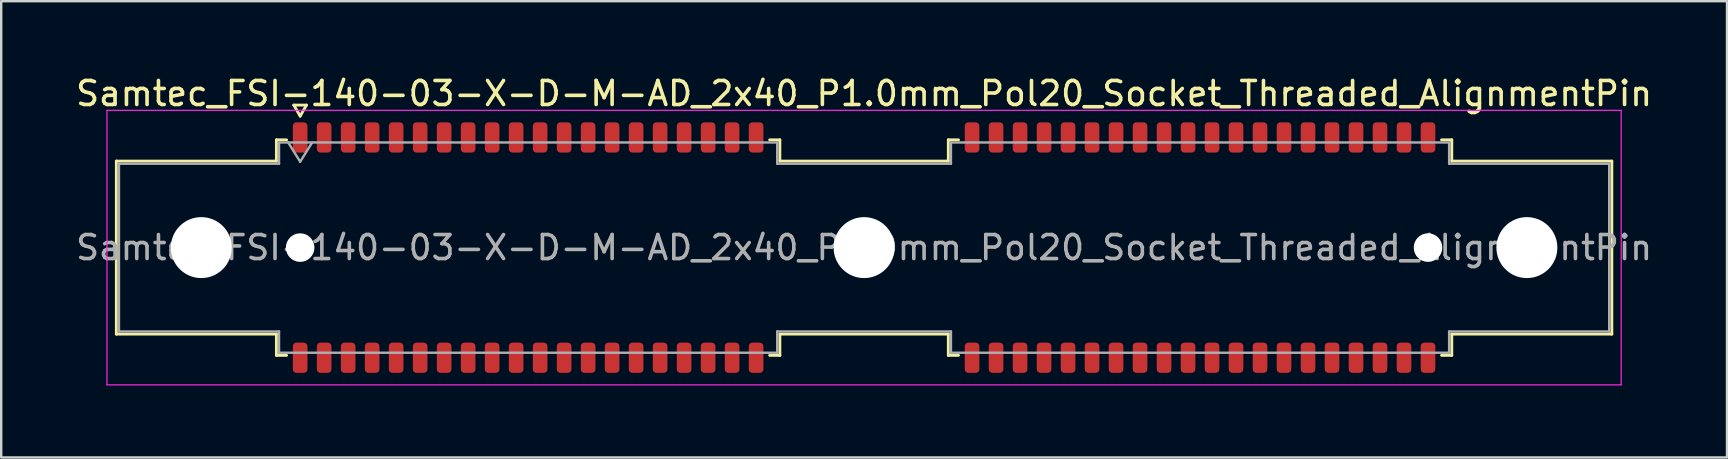
<source format=kicad_pcb>
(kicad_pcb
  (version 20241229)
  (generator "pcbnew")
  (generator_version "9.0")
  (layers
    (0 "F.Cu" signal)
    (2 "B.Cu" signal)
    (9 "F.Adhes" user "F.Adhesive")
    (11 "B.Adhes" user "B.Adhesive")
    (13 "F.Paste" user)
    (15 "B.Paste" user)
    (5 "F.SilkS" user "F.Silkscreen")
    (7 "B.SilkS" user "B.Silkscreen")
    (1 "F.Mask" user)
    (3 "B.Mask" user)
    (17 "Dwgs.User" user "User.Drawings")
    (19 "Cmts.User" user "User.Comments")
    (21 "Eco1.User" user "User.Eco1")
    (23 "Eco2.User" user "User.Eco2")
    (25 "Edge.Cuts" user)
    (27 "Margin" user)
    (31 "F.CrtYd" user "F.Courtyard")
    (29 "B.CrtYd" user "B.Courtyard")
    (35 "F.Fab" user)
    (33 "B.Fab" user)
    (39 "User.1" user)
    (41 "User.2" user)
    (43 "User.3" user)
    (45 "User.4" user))
  (footprint "Samtec_FSI-140-03-X-D-M-AD_2x40_P1.0mm_Pol20_Socket_Threaded_AlignmentPin"
    (layer "F.Cu")
    (at 32.958 7.268)
    (property "Reference" "Samtec_FSI-140-03-X-D-M-AD_2x40_P1.0mm_Pol20_Socket_Threaded_AlignmentPin" (at 0 -6.42 0) (layer "F.SilkS") (effects (font (size 1 1) (thickness 0.15))))
    (attr smd)
    (fp_line (start -31.16 -3.605) (end -24.49 -3.605) (stroke (width 0.12) (type solid)) (layer "F.SilkS"))
    (fp_line (start -31.16 3.605) (end -31.16 -3.605) (stroke (width 0.12) (type solid)) (layer "F.SilkS"))
    (fp_line (start -24.49 -4.49) (end -24.065 -4.49) (stroke (width 0.12) (type solid)) (layer "F.SilkS"))
    (fp_line (start -24.49 -3.605) (end -24.49 -4.49) (stroke (width 0.12) (type solid)) (layer "F.SilkS"))
    (fp_line (start -24.49 3.605) (end -31.16 3.605) (stroke (width 0.12) (type solid)) (layer "F.SilkS"))
    (fp_line (start -24.49 4.49) (end -24.49 3.605) (stroke (width 0.12) (type solid)) (layer "F.SilkS"))
    (fp_line (start -24.065 4.49) (end -24.49 4.49) (stroke (width 0.12) (type solid)) (layer "F.SilkS"))
    (fp_line (start -23.764 -5.938) (end -23.5 -5.48) (stroke (width 0.12) (type solid)) (layer "F.SilkS"))
    (fp_line (start -23.5 -5.48) (end -23.236 -5.938) (stroke (width 0.12) (type solid)) (layer "F.SilkS"))
    (fp_line (start -23.236 -5.938) (end -23.764 -5.938) (stroke (width 0.12) (type solid)) (layer "F.SilkS"))
    (fp_line (start -3.935 -4.49) (end -3.51 -4.49) (stroke (width 0.12) (type solid)) (layer "F.SilkS"))
    (fp_line (start -3.51 -4.49) (end -3.51 -3.605) (stroke (width 0.12) (type solid)) (layer "F.SilkS"))
    (fp_line (start -3.51 -3.605) (end 3.51 -3.605) (stroke (width 0.12) (type solid)) (layer "F.SilkS"))
    (fp_line (start -3.51 3.605) (end -3.51 4.49) (stroke (width 0.12) (type solid)) (layer "F.SilkS"))
    (fp_line (start -3.51 4.49) (end -3.935 4.49) (stroke (width 0.12) (type solid)) (layer "F.SilkS"))
    (fp_line (start 3.51 -4.49) (end 3.935 -4.49) (stroke (width 0.12) (type solid)) (layer "F.SilkS"))
    (fp_line (start 3.51 -3.605) (end 3.51 -4.49) (stroke (width 0.12) (type solid)) (layer "F.SilkS"))
    (fp_line (start 3.51 3.605) (end -3.51 3.605) (stroke (width 0.12) (type solid)) (layer "F.SilkS"))
    (fp_line (start 3.51 4.49) (end 3.51 3.605) (stroke (width 0.12) (type solid)) (layer "F.SilkS"))
    (fp_line (start 3.935 4.49) (end 3.51 4.49) (stroke (width 0.12) (type solid)) (layer "F.SilkS"))
    (fp_line (start 24.065 -4.49) (end 24.49 -4.49) (stroke (width 0.12) (type solid)) (layer "F.SilkS"))
    (fp_line (start 24.49 -4.49) (end 24.49 -3.605) (stroke (width 0.12) (type solid)) (layer "F.SilkS"))
    (fp_line (start 24.49 -3.605) (end 31.16 -3.605) (stroke (width 0.12) (type solid)) (layer "F.SilkS"))
    (fp_line (start 24.49 3.605) (end 24.49 4.49) (stroke (width 0.12) (type solid)) (layer "F.SilkS"))
    (fp_line (start 24.49 4.49) (end 24.065 4.49) (stroke (width 0.12) (type solid)) (layer "F.SilkS"))
    (fp_line (start 31.16 -3.605) (end 31.16 3.605) (stroke (width 0.12) (type solid)) (layer "F.SilkS"))
    (fp_line (start 31.16 3.605) (end 24.49 3.605) (stroke (width 0.12) (type solid)) (layer "F.SilkS"))
    (fp_line (start -31.55 -5.72) (end -31.55 5.72) (stroke (width 0.05) (type solid)) (layer "F.CrtYd"))
    (fp_line (start -31.55 5.72) (end 31.55 5.72) (stroke (width 0.05) (type solid)) (layer "F.CrtYd"))
    (fp_line (start 31.55 -5.72) (end -31.55 -5.72) (stroke (width 0.05) (type solid)) (layer "F.CrtYd"))
    (fp_line (start 31.55 5.72) (end 31.55 -5.72) (stroke (width 0.05) (type solid)) (layer "F.CrtYd"))
    (fp_line (start -31.05 -3.495) (end -24.38 -3.495) (stroke (width 0.1) (type solid)) (layer "F.Fab"))
    (fp_line (start -31.05 3.495) (end -31.05 -3.495) (stroke (width 0.1) (type solid)) (layer "F.Fab"))
    (fp_line (start -24.38 -4.38) (end -3.62 -4.38) (stroke (width 0.1) (type solid)) (layer "F.Fab"))
    (fp_line (start -24.38 -3.495) (end -24.38 -4.38) (stroke (width 0.1) (type solid)) (layer "F.Fab"))
    (fp_line (start -24.38 3.495) (end -31.05 3.495) (stroke (width 0.1) (type solid)) (layer "F.Fab"))
    (fp_line (start -24.38 4.38) (end -24.38 3.495) (stroke (width 0.1) (type solid)) (layer "F.Fab"))
    (fp_line (start -24 -4.38) (end -23.5 -3.58) (stroke (width 0.1) (type solid)) (layer "F.Fab"))
    (fp_line (start -23.5 -3.58) (end -23 -4.38) (stroke (width 0.1) (type solid)) (layer "F.Fab"))
    (fp_line (start -3.62 -4.38) (end -3.62 -3.495) (stroke (width 0.1) (type solid)) (layer "F.Fab"))
    (fp_line (start -3.62 -3.495) (end 3.62 -3.495) (stroke (width 0.1) (type solid)) (layer "F.Fab"))
    (fp_line (start -3.62 3.495) (end -3.62 4.38) (stroke (width 0.1) (type solid)) (layer "F.Fab"))
    (fp_line (start -3.62 4.38) (end -24.38 4.38) (stroke (width 0.1) (type solid)) (layer "F.Fab"))
    (fp_line (start 3.62 -4.38) (end 24.38 -4.38) (stroke (width 0.1) (type solid)) (layer "F.Fab"))
    (fp_line (start 3.62 -3.495) (end 3.62 -4.38) (stroke (width 0.1) (type solid)) (layer "F.Fab"))
    (fp_line (start 3.62 3.495) (end -3.62 3.495) (stroke (width 0.1) (type solid)) (layer "F.Fab"))
    (fp_line (start 3.62 4.38) (end 3.62 3.495) (stroke (width 0.1) (type solid)) (layer "F.Fab"))
    (fp_line (start 24.38 -4.38) (end 24.38 -3.495) (stroke (width 0.1) (type solid)) (layer "F.Fab"))
    (fp_line (start 24.38 -3.495) (end 31.05 -3.495) (stroke (width 0.1) (type solid)) (layer "F.Fab"))
    (fp_line (start 24.38 3.495) (end 24.38 4.38) (stroke (width 0.1) (type solid)) (layer "F.Fab"))
    (fp_line (start 24.38 4.38) (end 3.62 4.38) (stroke (width 0.1) (type solid)) (layer "F.Fab"))
    (fp_line (start 31.05 -3.495) (end 31.05 3.495) (stroke (width 0.1) (type solid)) (layer "F.Fab"))
    (fp_line (start 31.05 3.495) (end 24.38 3.495) (stroke (width 0.1) (type solid)) (layer "F.Fab"))
    (fp_text user "${REFERENCE}" (at 0 0 0) (layer "F.Fab") (effects (font (size 1 1) (thickness 0.15))))
    (pad "" np_thru_hole circle (at -27.62 0) (size 2.54 2.54) (drill 2.54) (layers "*.Cu" "*.Mask"))
    (pad "" np_thru_hole circle (at -23.5 0) (size 1.19 1.19) (drill 1.19) (layers "*.Cu" "*.Mask"))
    (pad "" np_thru_hole circle (at 0 0) (size 2.54 2.54) (drill 2.54) (layers "*.Cu" "*.Mask"))
    (pad "" np_thru_hole circle (at 23.5 0) (size 1.19 1.19) (drill 1.19) (layers "*.Cu" "*.Mask"))
    (pad "" np_thru_hole circle (at 27.62 0) (size 2.54 2.54) (drill 2.54) (layers "*.Cu" "*.Mask"))
    (pad "1" smd roundrect (at -23.5 -4.59) (size 0.61 1.26) (layers "F.Cu" "F.Mask" "F.Paste") (roundrect_rratio 0.25))
    (pad "2" smd roundrect (at -23.5 4.59) (size 0.61 1.26) (layers "F.Cu" "F.Mask" "F.Paste") (roundrect_rratio 0.25))
    (pad "3" smd roundrect (at -22.5 -4.59) (size 0.61 1.26) (layers "F.Cu" "F.Mask" "F.Paste") (roundrect_rratio 0.25))
    (pad "4" smd roundrect (at -22.5 4.59) (size 0.61 1.26) (layers "F.Cu" "F.Mask" "F.Paste") (roundrect_rratio 0.25))
    (pad "5" smd roundrect (at -21.5 -4.59) (size 0.61 1.26) (layers "F.Cu" "F.Mask" "F.Paste") (roundrect_rratio 0.25))
    (pad "6" smd roundrect (at -21.5 4.59) (size 0.61 1.26) (layers "F.Cu" "F.Mask" "F.Paste") (roundrect_rratio 0.25))
    (pad "7" smd roundrect (at -20.5 -4.59) (size 0.61 1.26) (layers "F.Cu" "F.Mask" "F.Paste") (roundrect_rratio 0.25))
    (pad "8" smd roundrect (at -20.5 4.59) (size 0.61 1.26) (layers "F.Cu" "F.Mask" "F.Paste") (roundrect_rratio 0.25))
    (pad "9" smd roundrect (at -19.5 -4.59) (size 0.61 1.26) (layers "F.Cu" "F.Mask" "F.Paste") (roundrect_rratio 0.25))
    (pad "10" smd roundrect (at -19.5 4.59) (size 0.61 1.26) (layers "F.Cu" "F.Mask" "F.Paste") (roundrect_rratio 0.25))
    (pad "11" smd roundrect (at -18.5 -4.59) (size 0.61 1.26) (layers "F.Cu" "F.Mask" "F.Paste") (roundrect_rratio 0.25))
    (pad "12" smd roundrect (at -18.5 4.59) (size 0.61 1.26) (layers "F.Cu" "F.Mask" "F.Paste") (roundrect_rratio 0.25))
    (pad "13" smd roundrect (at -17.5 -4.59) (size 0.61 1.26) (layers "F.Cu" "F.Mask" "F.Paste") (roundrect_rratio 0.25))
    (pad "14" smd roundrect (at -17.5 4.59) (size 0.61 1.26) (layers "F.Cu" "F.Mask" "F.Paste") (roundrect_rratio 0.25))
    (pad "15" smd roundrect (at -16.5 -4.59) (size 0.61 1.26) (layers "F.Cu" "F.Mask" "F.Paste") (roundrect_rratio 0.25))
    (pad "16" smd roundrect (at -16.5 4.59) (size 0.61 1.26) (layers "F.Cu" "F.Mask" "F.Paste") (roundrect_rratio 0.25))
    (pad "17" smd roundrect (at -15.5 -4.59) (size 0.61 1.26) (layers "F.Cu" "F.Mask" "F.Paste") (roundrect_rratio 0.25))
    (pad "18" smd roundrect (at -15.5 4.59) (size 0.61 1.26) (layers "F.Cu" "F.Mask" "F.Paste") (roundrect_rratio 0.25))
    (pad "19" smd roundrect (at -14.5 -4.59) (size 0.61 1.26) (layers "F.Cu" "F.Mask" "F.Paste") (roundrect_rratio 0.25))
    (pad "20" smd roundrect (at -14.5 4.59) (size 0.61 1.26) (layers "F.Cu" "F.Mask" "F.Paste") (roundrect_rratio 0.25))
    (pad "21" smd roundrect (at -13.5 -4.59) (size 0.61 1.26) (layers "F.Cu" "F.Mask" "F.Paste") (roundrect_rratio 0.25))
    (pad "22" smd roundrect (at -13.5 4.59) (size 0.61 1.26) (layers "F.Cu" "F.Mask" "F.Paste") (roundrect_rratio 0.25))
    (pad "23" smd roundrect (at -12.5 -4.59) (size 0.61 1.26) (layers "F.Cu" "F.Mask" "F.Paste") (roundrect_rratio 0.25))
    (pad "24" smd roundrect (at -12.5 4.59) (size 0.61 1.26) (layers "F.Cu" "F.Mask" "F.Paste") (roundrect_rratio 0.25))
    (pad "25" smd roundrect (at -11.5 -4.59) (size 0.61 1.26) (layers "F.Cu" "F.Mask" "F.Paste") (roundrect_rratio 0.25))
    (pad "26" smd roundrect (at -11.5 4.59) (size 0.61 1.26) (layers "F.Cu" "F.Mask" "F.Paste") (roundrect_rratio 0.25))
    (pad "27" smd roundrect (at -10.5 -4.59) (size 0.61 1.26) (layers "F.Cu" "F.Mask" "F.Paste") (roundrect_rratio 0.25))
    (pad "28" smd roundrect (at -10.5 4.59) (size 0.61 1.26) (layers "F.Cu" "F.Mask" "F.Paste") (roundrect_rratio 0.25))
    (pad "29" smd roundrect (at -9.5 -4.59) (size 0.61 1.26) (layers "F.Cu" "F.Mask" "F.Paste") (roundrect_rratio 0.25))
    (pad "30" smd roundrect (at -9.5 4.59) (size 0.61 1.26) (layers "F.Cu" "F.Mask" "F.Paste") (roundrect_rratio 0.25))
    (pad "31" smd roundrect (at -8.5 -4.59) (size 0.61 1.26) (layers "F.Cu" "F.Mask" "F.Paste") (roundrect_rratio 0.25))
    (pad "32" smd roundrect (at -8.5 4.59) (size 0.61 1.26) (layers "F.Cu" "F.Mask" "F.Paste") (roundrect_rratio 0.25))
    (pad "33" smd roundrect (at -7.5 -4.59) (size 0.61 1.26) (layers "F.Cu" "F.Mask" "F.Paste") (roundrect_rratio 0.25))
    (pad "34" smd roundrect (at -7.5 4.59) (size 0.61 1.26) (layers "F.Cu" "F.Mask" "F.Paste") (roundrect_rratio 0.25))
    (pad "35" smd roundrect (at -6.5 -4.59) (size 0.61 1.26) (layers "F.Cu" "F.Mask" "F.Paste") (roundrect_rratio 0.25))
    (pad "36" smd roundrect (at -6.5 4.59) (size 0.61 1.26) (layers "F.Cu" "F.Mask" "F.Paste") (roundrect_rratio 0.25))
    (pad "37" smd roundrect (at -5.5 -4.59) (size 0.61 1.26) (layers "F.Cu" "F.Mask" "F.Paste") (roundrect_rratio 0.25))
    (pad "38" smd roundrect (at -5.5 4.59) (size 0.61 1.26) (layers "F.Cu" "F.Mask" "F.Paste") (roundrect_rratio 0.25))
    (pad "39" smd roundrect (at -4.5 -4.59) (size 0.61 1.26) (layers "F.Cu" "F.Mask" "F.Paste") (roundrect_rratio 0.25))
    (pad "40" smd roundrect (at -4.5 4.59) (size 0.61 1.26) (layers "F.Cu" "F.Mask" "F.Paste") (roundrect_rratio 0.25))
    (pad "41" smd roundrect (at 4.5 -4.59) (size 0.61 1.26) (layers "F.Cu" "F.Mask" "F.Paste") (roundrect_rratio 0.25))
    (pad "42" smd roundrect (at 4.5 4.59) (size 0.61 1.26) (layers "F.Cu" "F.Mask" "F.Paste") (roundrect_rratio 0.25))
    (pad "43" smd roundrect (at 5.5 -4.59) (size 0.61 1.26) (layers "F.Cu" "F.Mask" "F.Paste") (roundrect_rratio 0.25))
    (pad "44" smd roundrect (at 5.5 4.59) (size 0.61 1.26) (layers "F.Cu" "F.Mask" "F.Paste") (roundrect_rratio 0.25))
    (pad "45" smd roundrect (at 6.5 -4.59) (size 0.61 1.26) (layers "F.Cu" "F.Mask" "F.Paste") (roundrect_rratio 0.25))
    (pad "46" smd roundrect (at 6.5 4.59) (size 0.61 1.26) (layers "F.Cu" "F.Mask" "F.Paste") (roundrect_rratio 0.25))
    (pad "47" smd roundrect (at 7.5 -4.59) (size 0.61 1.26) (layers "F.Cu" "F.Mask" "F.Paste") (roundrect_rratio 0.25))
    (pad "48" smd roundrect (at 7.5 4.59) (size 0.61 1.26) (layers "F.Cu" "F.Mask" "F.Paste") (roundrect_rratio 0.25))
    (pad "49" smd roundrect (at 8.5 -4.59) (size 0.61 1.26) (layers "F.Cu" "F.Mask" "F.Paste") (roundrect_rratio 0.25))
    (pad "50" smd roundrect (at 8.5 4.59) (size 0.61 1.26) (layers "F.Cu" "F.Mask" "F.Paste") (roundrect_rratio 0.25))
    (pad "51" smd roundrect (at 9.5 -4.59) (size 0.61 1.26) (layers "F.Cu" "F.Mask" "F.Paste") (roundrect_rratio 0.25))
    (pad "52" smd roundrect (at 9.5 4.59) (size 0.61 1.26) (layers "F.Cu" "F.Mask" "F.Paste") (roundrect_rratio 0.25))
    (pad "53" smd roundrect (at 10.5 -4.59) (size 0.61 1.26) (layers "F.Cu" "F.Mask" "F.Paste") (roundrect_rratio 0.25))
    (pad "54" smd roundrect (at 10.5 4.59) (size 0.61 1.26) (layers "F.Cu" "F.Mask" "F.Paste") (roundrect_rratio 0.25))
    (pad "55" smd roundrect (at 11.5 -4.59) (size 0.61 1.26) (layers "F.Cu" "F.Mask" "F.Paste") (roundrect_rratio 0.25))
    (pad "56" smd roundrect (at 11.5 4.59) (size 0.61 1.26) (layers "F.Cu" "F.Mask" "F.Paste") (roundrect_rratio 0.25))
    (pad "57" smd roundrect (at 12.5 -4.59) (size 0.61 1.26) (layers "F.Cu" "F.Mask" "F.Paste") (roundrect_rratio 0.25))
    (pad "58" smd roundrect (at 12.5 4.59) (size 0.61 1.26) (layers "F.Cu" "F.Mask" "F.Paste") (roundrect_rratio 0.25))
    (pad "59" smd roundrect (at 13.5 -4.59) (size 0.61 1.26) (layers "F.Cu" "F.Mask" "F.Paste") (roundrect_rratio 0.25))
    (pad "60" smd roundrect (at 13.5 4.59) (size 0.61 1.26) (layers "F.Cu" "F.Mask" "F.Paste") (roundrect_rratio 0.25))
    (pad "61" smd roundrect (at 14.5 -4.59) (size 0.61 1.26) (layers "F.Cu" "F.Mask" "F.Paste") (roundrect_rratio 0.25))
    (pad "62" smd roundrect (at 14.5 4.59) (size 0.61 1.26) (layers "F.Cu" "F.Mask" "F.Paste") (roundrect_rratio 0.25))
    (pad "63" smd roundrect (at 15.5 -4.59) (size 0.61 1.26) (layers "F.Cu" "F.Mask" "F.Paste") (roundrect_rratio 0.25))
    (pad "64" smd roundrect (at 15.5 4.59) (size 0.61 1.26) (layers "F.Cu" "F.Mask" "F.Paste") (roundrect_rratio 0.25))
    (pad "65" smd roundrect (at 16.5 -4.59) (size 0.61 1.26) (layers "F.Cu" "F.Mask" "F.Paste") (roundrect_rratio 0.25))
    (pad "66" smd roundrect (at 16.5 4.59) (size 0.61 1.26) (layers "F.Cu" "F.Mask" "F.Paste") (roundrect_rratio 0.25))
    (pad "67" smd roundrect (at 17.5 -4.59) (size 0.61 1.26) (layers "F.Cu" "F.Mask" "F.Paste") (roundrect_rratio 0.25))
    (pad "68" smd roundrect (at 17.5 4.59) (size 0.61 1.26) (layers "F.Cu" "F.Mask" "F.Paste") (roundrect_rratio 0.25))
    (pad "69" smd roundrect (at 18.5 -4.59) (size 0.61 1.26) (layers "F.Cu" "F.Mask" "F.Paste") (roundrect_rratio 0.25))
    (pad "70" smd roundrect (at 18.5 4.59) (size 0.61 1.26) (layers "F.Cu" "F.Mask" "F.Paste") (roundrect_rratio 0.25))
    (pad "71" smd roundrect (at 19.5 -4.59) (size 0.61 1.26) (layers "F.Cu" "F.Mask" "F.Paste") (roundrect_rratio 0.25))
    (pad "72" smd roundrect (at 19.5 4.59) (size 0.61 1.26) (layers "F.Cu" "F.Mask" "F.Paste") (roundrect_rratio 0.25))
    (pad "73" smd roundrect (at 20.5 -4.59) (size 0.61 1.26) (layers "F.Cu" "F.Mask" "F.Paste") (roundrect_rratio 0.25))
    (pad "74" smd roundrect (at 20.5 4.59) (size 0.61 1.26) (layers "F.Cu" "F.Mask" "F.Paste") (roundrect_rratio 0.25))
    (pad "75" smd roundrect (at 21.5 -4.59) (size 0.61 1.26) (layers "F.Cu" "F.Mask" "F.Paste") (roundrect_rratio 0.25))
    (pad "76" smd roundrect (at 21.5 4.59) (size 0.61 1.26) (layers "F.Cu" "F.Mask" "F.Paste") (roundrect_rratio 0.25))
    (pad "77" smd roundrect (at 22.5 -4.59) (size 0.61 1.26) (layers "F.Cu" "F.Mask" "F.Paste") (roundrect_rratio 0.25))
    (pad "78" smd roundrect (at 22.5 4.59) (size 0.61 1.26) (layers "F.Cu" "F.Mask" "F.Paste") (roundrect_rratio 0.25))
    (pad "79" smd roundrect (at 23.5 -4.59) (size 0.61 1.26) (layers "F.Cu" "F.Mask" "F.Paste") (roundrect_rratio 0.25))
    (pad "80" smd roundrect (at 23.5 4.59) (size 0.61 1.26) (layers "F.Cu" "F.Mask" "F.Paste") (roundrect_rratio 0.25)))
  (gr_rect
    (start -3 -3)
    (end 68.917 16.013)
    (stroke (width 0.1) (type default))
    (fill no)
    (layer "Edge.Cuts")))
</source>
